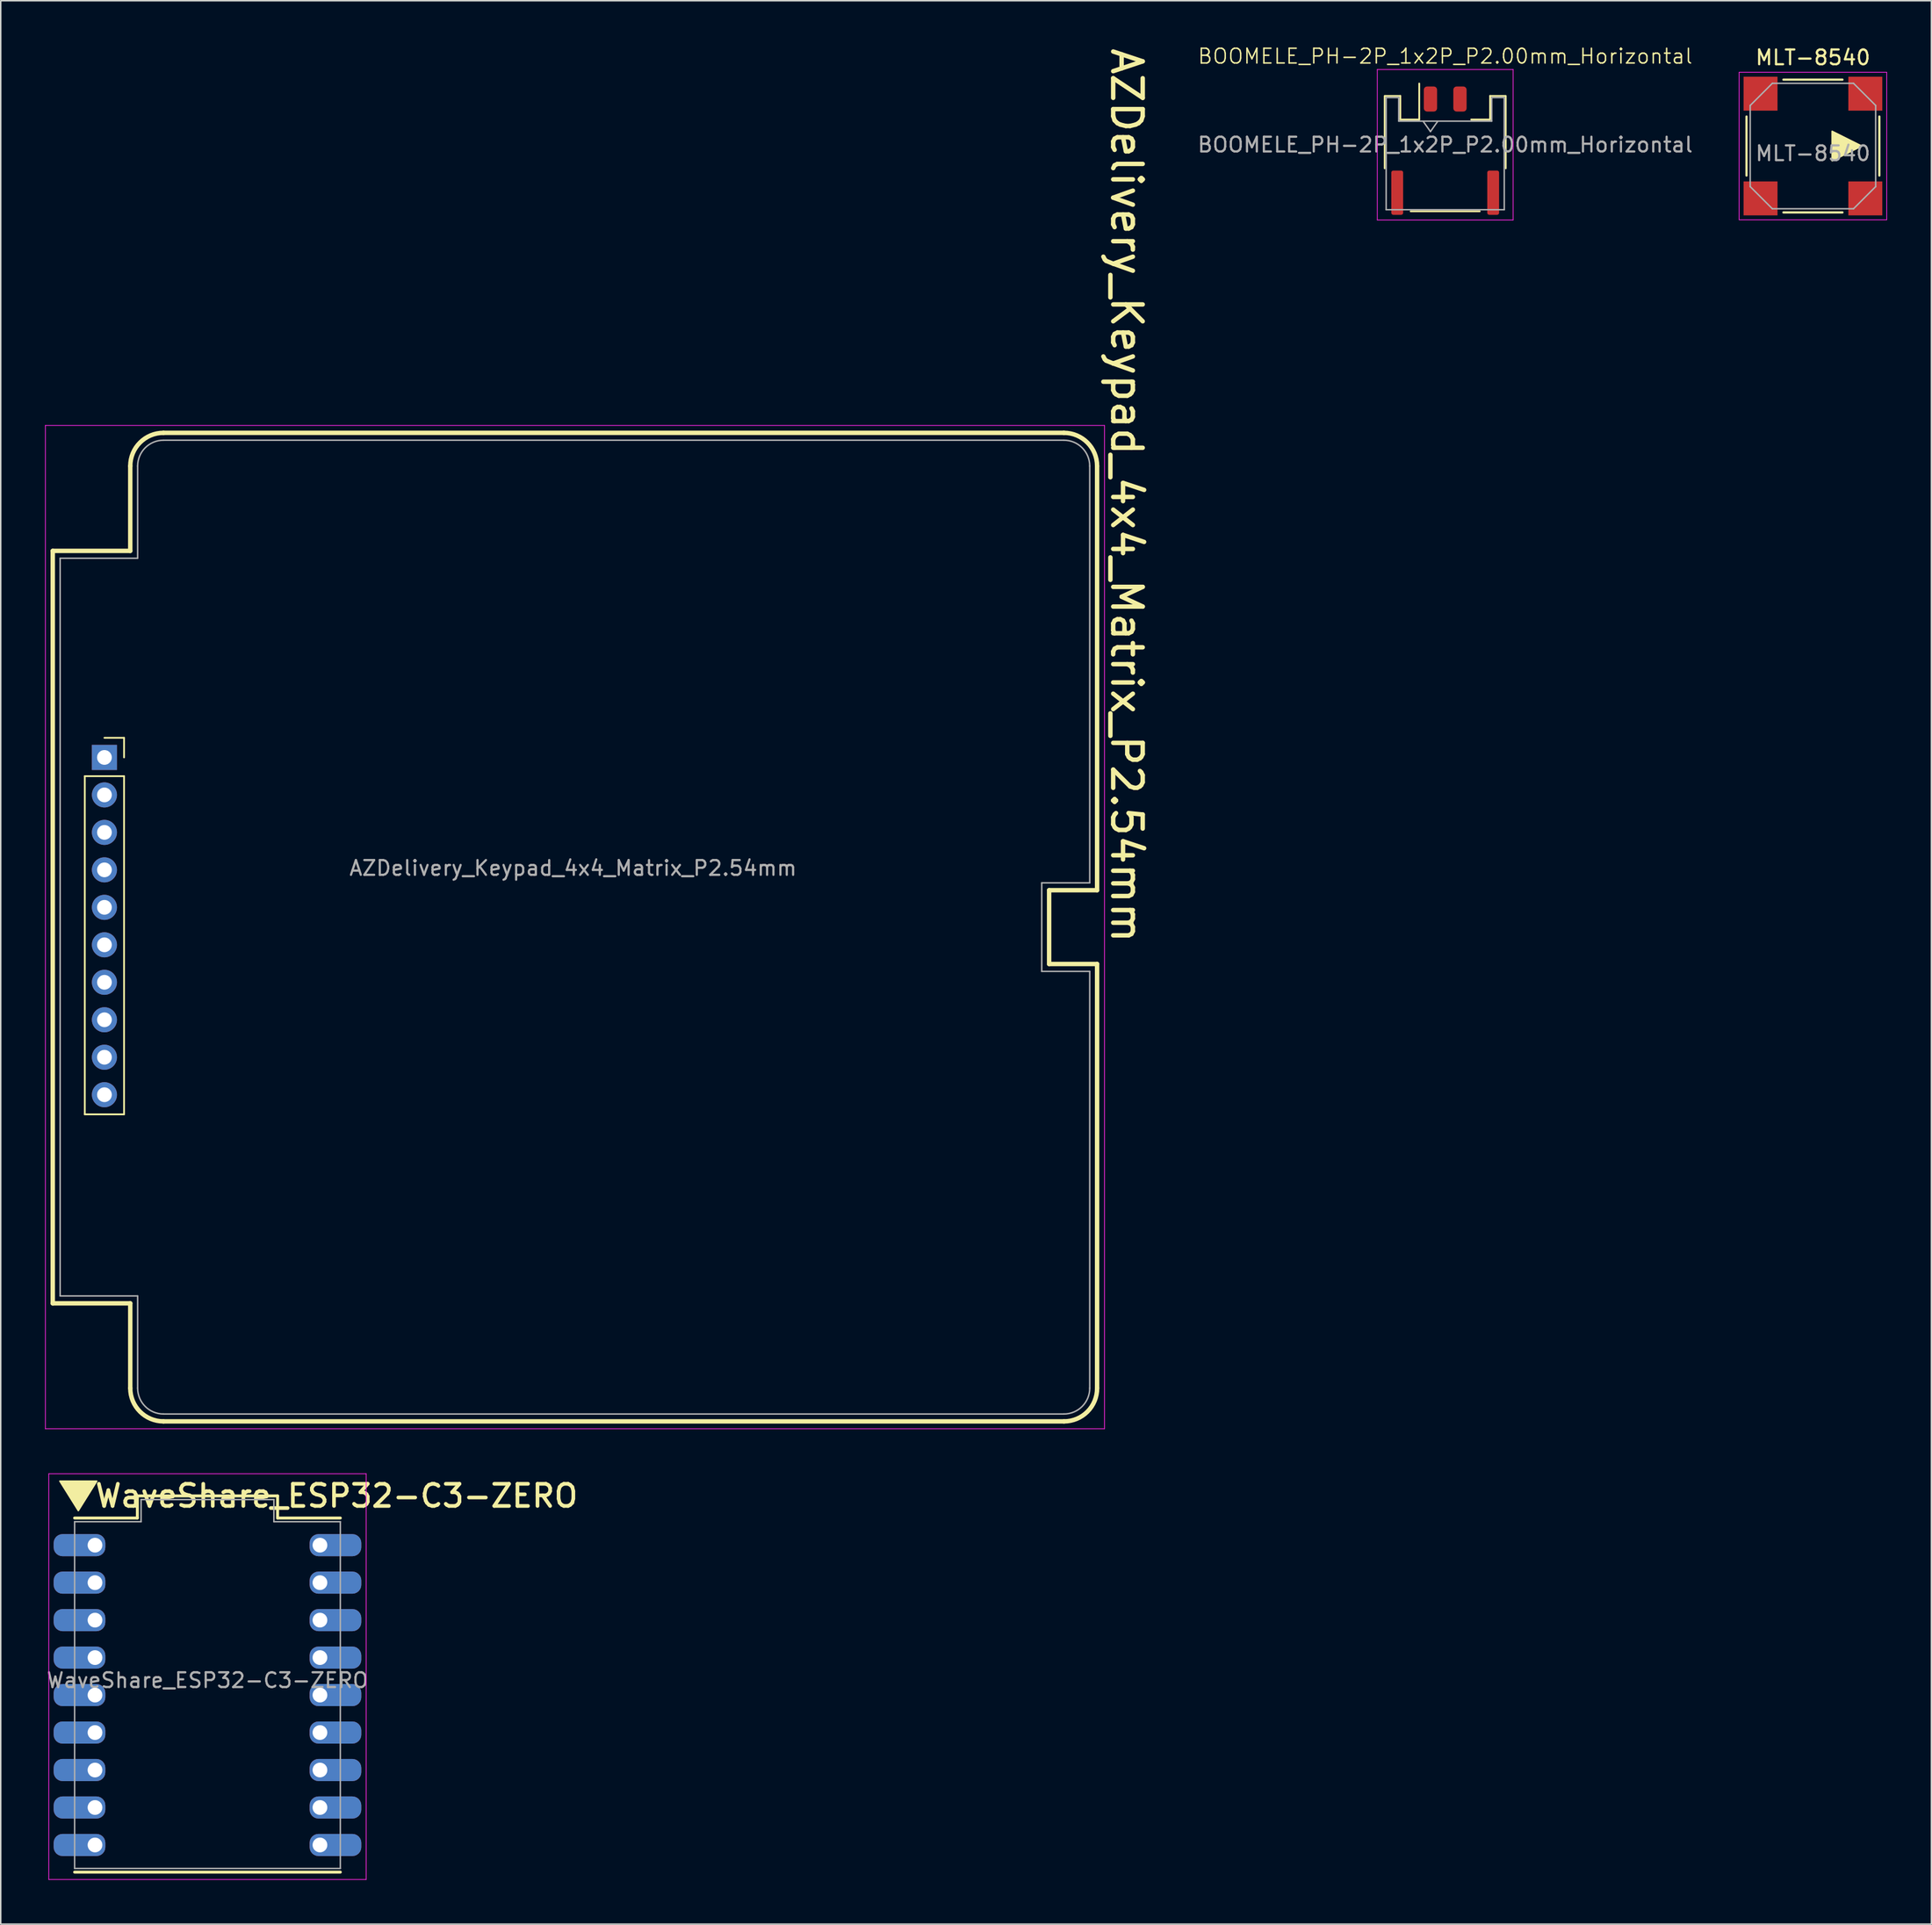
<source format=kicad_pcb>
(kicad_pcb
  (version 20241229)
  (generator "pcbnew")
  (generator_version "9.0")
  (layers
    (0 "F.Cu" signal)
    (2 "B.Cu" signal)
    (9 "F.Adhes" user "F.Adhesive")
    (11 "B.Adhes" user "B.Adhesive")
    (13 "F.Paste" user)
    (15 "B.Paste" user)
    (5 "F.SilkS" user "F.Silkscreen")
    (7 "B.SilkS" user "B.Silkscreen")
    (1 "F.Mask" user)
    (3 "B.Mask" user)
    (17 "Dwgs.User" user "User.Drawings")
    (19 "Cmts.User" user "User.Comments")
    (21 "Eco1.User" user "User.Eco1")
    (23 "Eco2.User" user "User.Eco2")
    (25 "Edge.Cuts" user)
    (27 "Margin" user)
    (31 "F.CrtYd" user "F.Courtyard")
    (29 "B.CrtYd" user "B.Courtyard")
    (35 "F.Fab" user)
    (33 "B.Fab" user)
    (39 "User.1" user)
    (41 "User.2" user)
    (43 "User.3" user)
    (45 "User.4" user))
  (footprint "BOOMELE_PH-2P_1x2P_P2.00mm_Horizontal"
    (layer "F.Cu")
    (at 94.858 6.761)
    (property "Reference" "BOOMELE_PH-2P_1x2P_P2.00mm_Horizontal" (at 0 -6 0) (unlocked yes) (layer "F.SilkS") (effects (font (size 1 1) (thickness 0.1))))
    (attr smd)
    (fp_line (start -4.1 1.6) (end -4.1 -3.31) (stroke (width 0.12) (type solid)) (layer "F.SilkS"))
    (fp_line (start -4.06 -3.31) (end -3.04 -3.31) (stroke (width 0.12) (type solid)) (layer "F.SilkS"))
    (fp_line (start -3.04 -3.31) (end -3.04 -1.71) (stroke (width 0.12) (type solid)) (layer "F.SilkS"))
    (fp_line (start -3.04 -1.71) (end -1.76 -1.71) (stroke (width 0.12) (type solid)) (layer "F.SilkS"))
    (fp_line (start -2.34 4.51) (end 2.34 4.51) (stroke (width 0.12) (type solid)) (layer "F.SilkS"))
    (fp_line (start -1.76 -1.71) (end -1.76 -4.15) (stroke (width 0.12) (type solid)) (layer "F.SilkS"))
    (fp_line (start 3.04 -3.31) (end 3.04 -1.71) (stroke (width 0.12) (type solid)) (layer "F.SilkS"))
    (fp_line (start 3.04 -1.71) (end 1.76 -1.71) (stroke (width 0.12) (type solid)) (layer "F.SilkS"))
    (fp_line (start 4.06 -3.31) (end 3.04 -3.31) (stroke (width 0.12) (type solid)) (layer "F.SilkS"))
    (fp_line (start 4.1 1.6) (end 4.1 -3.31) (stroke (width 0.12) (type solid)) (layer "F.SilkS"))
    (fp_line (start -4.6 -5.1) (end -4.6 5.1) (stroke (width 0.05) (type solid)) (layer "F.CrtYd"))
    (fp_line (start -4.6 5.1) (end 4.6 5.1) (stroke (width 0.05) (type solid)) (layer "F.CrtYd"))
    (fp_line (start 4.6 -5.1) (end -4.6 -5.1) (stroke (width 0.05) (type solid)) (layer "F.CrtYd"))
    (fp_line (start 4.6 5.1) (end 4.6 -5.1) (stroke (width 0.05) (type solid)) (layer "F.CrtYd"))
    (fp_line (start -4 -3.2) (end -4 4.4) (stroke (width 0.1) (type solid)) (layer "F.Fab"))
    (fp_line (start -4 -3.2) (end -3.15 -3.2) (stroke (width 0.1) (type solid)) (layer "F.Fab"))
    (fp_line (start -4 4.4) (end 4 4.4) (stroke (width 0.1) (type solid)) (layer "F.Fab"))
    (fp_line (start -3.15 -3.2) (end -3.15 -1.6) (stroke (width 0.1) (type solid)) (layer "F.Fab"))
    (fp_line (start -3.15 -1.6) (end 3.15 -1.6) (stroke (width 0.1) (type solid)) (layer "F.Fab"))
    (fp_line (start -1.5 -1.6) (end -1 -0.893) (stroke (width 0.1) (type solid)) (layer "F.Fab"))
    (fp_line (start -1 -0.893) (end -0.5 -1.6) (stroke (width 0.1) (type solid)) (layer "F.Fab"))
    (fp_line (start 3.15 -3.2) (end 4 -3.2) (stroke (width 0.1) (type solid)) (layer "F.Fab"))
    (fp_line (start 3.15 -1.6) (end 3.15 -3.2) (stroke (width 0.1) (type solid)) (layer "F.Fab"))
    (fp_line (start 4 -3.2) (end 4 4.4) (stroke (width 0.1) (type solid)) (layer "F.Fab"))
    (fp_text user "${REFERENCE}" (at 0 0 0) (unlocked yes) (layer "F.Fab") (effects (font (size 1 1) (thickness 0.15))))
    (pad "1" smd roundrect (at -1 -3.1) (size 0.9 1.7) (layers "F.Cu" "F.Mask" "F.Paste") (roundrect_rratio 0.25))
    (pad "2" smd roundrect (at 1 -3.1) (size 0.9 1.7) (layers "F.Cu" "F.Mask" "F.Paste") (roundrect_rratio 0.25))
    (pad "MP" smd roundrect (at -3.25 3.25) (size 0.8 3) (layers "F.Cu" "F.Mask" "F.Paste") (roundrect_rratio 0.167))
    (pad "MP" smd roundrect (at 3.25 3.25) (size 0.8 3) (layers "F.Cu" "F.Mask" "F.Paste") (roundrect_rratio 0.167)))
  (footprint "MLT-8540"
    (layer "F.Cu")
    (at 119.77 6.848)
    (property "Reference" "MLT-8540" (at 0 -6 0) (unlocked yes) (layer "F.SilkS") (effects (font (size 1 1) (thickness 0.15))))
    (attr smd)
    (fp_line (start -4.5 2) (end -4.5 -2) (stroke (width 0.15) (type default)) (layer "F.SilkS"))
    (fp_line (start -2 -4.5) (end 2 -4.5) (stroke (width 0.15) (type default)) (layer "F.SilkS"))
    (fp_line (start 2 4.5) (end -2 4.5) (stroke (width 0.15) (type default)) (layer "F.SilkS"))
    (fp_line (start 4.5 -2) (end 4.5 2) (stroke (width 0.15) (type default)) (layer "F.SilkS"))
    (fp_poly (pts (xy 1.3 -1) (xy 1.3 1) (xy 3.3 0)) (stroke (width 0.1) (type solid)) (fill yes) (layer "F.SilkS"))
    (fp_line (start -5 -5) (end 5 -5) (stroke (width 0.05) (type default)) (layer "F.CrtYd"))
    (fp_line (start -5 5) (end -5 -5) (stroke (width 0.05) (type default)) (layer "F.CrtYd"))
    (fp_line (start 5 -5) (end 5 5) (stroke (width 0.05) (type default)) (layer "F.CrtYd"))
    (fp_line (start 5 5) (end -5 5) (stroke (width 0.05) (type default)) (layer "F.CrtYd"))
    (fp_line (start -4.25 2.75) (end -4.25 -2.75) (stroke (width 0.1) (type default)) (layer "F.Fab"))
    (fp_line (start -4.25 2.75) (end -2.75 4.25) (stroke (width 0.1) (type default)) (layer "F.Fab"))
    (fp_line (start -2.75 -4.25) (end -4.25 -2.75) (stroke (width 0.1) (type default)) (layer "F.Fab"))
    (fp_line (start -2.75 -4.25) (end 2.75 -4.25) (stroke (width 0.1) (type default)) (layer "F.Fab"))
    (fp_line (start 2.75 4.25) (end -2.75 4.25) (stroke (width 0.1) (type default)) (layer "F.Fab"))
    (fp_line (start 2.75 4.25) (end 4.25 2.75) (stroke (width 0.1) (type default)) (layer "F.Fab"))
    (fp_line (start 4.25 -2.75) (end 2.75 -4.25) (stroke (width 0.1) (type default)) (layer "F.Fab"))
    (fp_line (start 4.25 -2.75) (end 4.25 2.75) (stroke (width 0.1) (type default)) (layer "F.Fab"))
    (fp_text user "${REFERENCE}" (at 0 0.5 0) (unlocked yes) (layer "F.Fab") (effects (font (size 1 1) (thickness 0.15))))
    (pad "1" smd rect (at -3.55 -3.55) (size 2.3 2.3) (layers "F.Cu" "F.Mask" "F.Paste"))
    (pad "2" smd rect (at -3.55 3.55) (size 2.3 2.3) (layers "F.Cu" "F.Mask" "F.Paste"))
    (pad "3" smd rect (at 3.55 3.55) (size 2.3 2.3) (layers "F.Cu" "F.Mask" "F.Paste"))
    (pad "4" smd rect (at 3.55 -3.55 90) (size 2.3 2.3) (layers "F.Cu" "F.Mask" "F.Paste")))
  (footprint "AZDelivery_Keypad_4x4_Matrix_P2.54mm"
    (layer "F.Cu")
    (at 4.025 48.286)
    (property "Reference" "AZDelivery_Keypad_4x4_Matrix_P2.54mm" (at 69.25 -17.75 270) (unlocked yes) (layer "F.SilkS") (effects (font (size 2 2) (thickness 0.3))))
    (attr through_hole)
    (fp_line (start -3.5 -14) (end -3.5 37) (stroke (width 0.3) (type default)) (layer "F.SilkS"))
    (fp_line (start -1.33 1.27) (end -1.33 24.19) (stroke (width 0.12) (type solid)) (layer "F.SilkS"))
    (fp_line (start -1.33 1.27) (end 1.33 1.27) (stroke (width 0.12) (type solid)) (layer "F.SilkS"))
    (fp_line (start -1.33 24.19) (end 1.33 24.19) (stroke (width 0.12) (type solid)) (layer "F.SilkS"))
    (fp_line (start 0 -1.33) (end 1.33 -1.33) (stroke (width 0.12) (type solid)) (layer "F.SilkS"))
    (fp_line (start 1.33 -1.33) (end 1.33 0) (stroke (width 0.12) (type solid)) (layer "F.SilkS"))
    (fp_line (start 1.33 1.27) (end 1.33 24.19) (stroke (width 0.12) (type solid)) (layer "F.SilkS"))
    (fp_line (start 1.75 -19.75) (end 1.75 -14) (stroke (width 0.3) (type default)) (layer "F.SilkS"))
    (fp_line (start 1.75 -14) (end -3.5 -14) (stroke (width 0.3) (type default)) (layer "F.SilkS"))
    (fp_line (start 1.75 37) (end -3.5 37) (stroke (width 0.3) (type default)) (layer "F.SilkS"))
    (fp_line (start 1.75 37) (end 1.75 42.75) (stroke (width 0.3) (type default)) (layer "F.SilkS"))
    (fp_line (start 4 45) (end 65.009 45) (stroke (width 0.3) (type default)) (layer "F.SilkS"))
    (fp_line (start 64 9) (end 64 14) (stroke (width 0.3) (type default)) (layer "F.SilkS"))
    (fp_line (start 65 -22) (end 4 -22) (stroke (width 0.3) (type default)) (layer "F.SilkS"))
    (fp_line (start 67.25 9) (end 64 9) (stroke (width 0.3) (type default)) (layer "F.SilkS"))
    (fp_line (start 67.25 9) (end 67.25 -19.75) (stroke (width 0.3) (type default)) (layer "F.SilkS"))
    (fp_line (start 67.25 14) (end 64 14) (stroke (width 0.3) (type default)) (layer "F.SilkS"))
    (fp_line (start 67.25 42.75) (end 67.25 14) (stroke (width 0.3) (type default)) (layer "F.SilkS"))
    (fp_arc (start 1.75 -19.75) (mid 2.40901 -21.34099) (end 4 -22) (stroke (width 0.3) (type default)) (layer "F.SilkS"))
    (fp_arc (start 4 45) (mid 2.40901 44.34099) (end 1.75 42.75) (stroke (width 0.3) (type default)) (layer "F.SilkS"))
    (fp_arc (start 65 -22) (mid 66.59099 -21.34099) (end 67.25 -19.75) (stroke (width 0.3) (type default)) (layer "F.SilkS"))
    (fp_arc (start 67.25 42.75) (mid 66.596824 44.340453) (end 65.00901 45.000018) (stroke (width 0.3) (type default)) (layer "F.SilkS"))
    (fp_line (start -4 -22.5) (end 67.75 -22.5) (stroke (width 0.05) (type solid)) (layer "F.CrtYd"))
    (fp_line (start -4 45.5) (end -4 -22.5) (stroke (width 0.05) (type solid)) (layer "F.CrtYd"))
    (fp_line (start 67.75 -22.5) (end 67.75 45.5) (stroke (width 0.05) (type solid)) (layer "F.CrtYd"))
    (fp_line (start 67.75 45.5) (end -4 45.5) (stroke (width 0.05) (type solid)) (layer "F.CrtYd"))
    (fp_line (start -3 -13.5) (end -3 36.5) (stroke (width 0.1) (type default)) (layer "F.Fab"))
    (fp_line (start 2.25 -13.5) (end -3 -13.5) (stroke (width 0.1) (type default)) (layer "F.Fab"))
    (fp_line (start 2.25 36.5) (end -3 36.5) (stroke (width 0.1) (type default)) (layer "F.Fab"))
    (fp_line (start 2.25 36.5) (end 2.25 42.75) (stroke (width 0.1) (type default)) (layer "F.Fab"))
    (fp_line (start 2.25 -19.75) (end 2.25 -13.5) (stroke (width 0.1) (type default)) (layer "F.Fab"))
    (fp_line (start 3.991 44.5) (end 65 44.5) (stroke (width 0.1) (type default)) (layer "F.Fab"))
    (fp_line (start 63.5 8.5) (end 63.5 14.5) (stroke (width 0.1) (type default)) (layer "F.Fab"))
    (fp_line (start 65 -21.5) (end 4 -21.5) (stroke (width 0.1) (type default)) (layer "F.Fab"))
    (fp_line (start 66.75 8.5) (end 63.5 8.5) (stroke (width 0.1) (type default)) (layer "F.Fab"))
    (fp_line (start 66.75 8.5) (end 66.75 -19.75) (stroke (width 0.1) (type default)) (layer "F.Fab"))
    (fp_line (start 66.75 14.5) (end 63.5 14.5) (stroke (width 0.1) (type default)) (layer "F.Fab"))
    (fp_line (start 66.75 42.75) (end 66.75 14.5) (stroke (width 0.1) (type default)) (layer "F.Fab"))
    (fp_arc (start 2.25 -19.75) (mid 2.762563 -20.987437) (end 4 -21.5) (stroke (width 0.1) (type default)) (layer "F.Fab"))
    (fp_arc (start 3.99099 44.499982) (mid 2.759378 43.984251) (end 2.249995 42.75) (stroke (width 0.1) (type default)) (layer "F.Fab"))
    (fp_arc (start 65 -21.5) (mid 66.237437 -20.987437) (end 66.75 -19.75) (stroke (width 0.1) (type default)) (layer "F.Fab"))
    (fp_arc (start 66.75 42.75) (mid 66.237437 43.987437) (end 65 44.5) (stroke (width 0.1) (type default)) (layer "F.Fab"))
    (fp_text user "${REFERENCE}" (at 31.75 7.5 180) (layer "F.Fab") (effects (font (size 1 1) (thickness 0.15))))
    (pad "1" thru_hole rect (at 0 0) (size 1.7 1.7) (drill 1) (layers "*.Cu" "*.Mask"))
    (pad "2" thru_hole oval (at 0 2.54) (size 1.7 1.7) (drill 1) (layers "*.Cu" "*.Mask"))
    (pad "3" thru_hole oval (at 0 5.08) (size 1.7 1.7) (drill 1) (layers "*.Cu" "*.Mask"))
    (pad "4" thru_hole oval (at 0 7.62) (size 1.7 1.7) (drill 1) (layers "*.Cu" "*.Mask"))
    (pad "5" thru_hole oval (at 0 10.16) (size 1.7 1.7) (drill 1) (layers "*.Cu" "*.Mask"))
    (pad "6" thru_hole oval (at 0 12.7) (size 1.7 1.7) (drill 1) (layers "*.Cu" "*.Mask"))
    (pad "7" thru_hole oval (at 0 15.24) (size 1.7 1.7) (drill 1) (layers "*.Cu" "*.Mask"))
    (pad "8" thru_hole oval (at 0 17.78) (size 1.7 1.7) (drill 1) (layers "*.Cu" "*.Mask"))
    (pad "9" thru_hole oval (at 0 20.32) (size 1.7 1.7) (drill 1) (layers "*.Cu" "*.Mask"))
    (pad "10" thru_hole oval (at 0 22.86) (size 1.7 1.7) (drill 1) (layers "*.Cu" "*.Mask")))
  (footprint "WaveShare_ESP32-C3-ZERO"
    (layer "F.Cu")
    (at 11.006 111.836)
    (property "Reference" "WaveShare_ESP32-C3-ZERO" (at 8.75 -13.5 0) (unlocked yes) (layer "F.SilkS") (effects (font (size 1.5 1.5) (thickness 0.25) (bold yes))))
    (attr smd)
    (fp_line (start -9 -12) (end -4.75 -12) (stroke (width 0.2) (type default)) (layer "F.SilkS"))
    (fp_line (start -9 12) (end 9 12) (stroke (width 0.2) (type default)) (layer "F.SilkS"))
    (fp_line (start -4.75 -13.5) (end 4.75 -13.5) (stroke (width 0.2) (type default)) (layer "F.SilkS"))
    (fp_line (start -4.75 -12) (end -4.75 -13.5) (stroke (width 0.2) (type default)) (layer "F.SilkS"))
    (fp_line (start 4.75 -13.5) (end 4.75 -12) (stroke (width 0.2) (type default)) (layer "F.SilkS"))
    (fp_line (start 4.75 -12) (end 9 -12) (stroke (width 0.2) (type default)) (layer "F.SilkS"))
    (fp_poly (pts (xy -10 -14.5) (xy -7.5 -14.5) (xy -8.75 -12.5)) (stroke (width 0.1) (type solid)) (fill yes) (layer "F.SilkS"))
    (fp_line (start -10.75 -15) (end -10.75 12.5) (stroke (width 0.05) (type default)) (layer "F.CrtYd"))
    (fp_line (start -10.75 12.5) (end 10.75 12.5) (stroke (width 0.05) (type default)) (layer "F.CrtYd"))
    (fp_line (start 10.75 -15) (end -10.75 -15) (stroke (width 0.05) (type default)) (layer "F.CrtYd"))
    (fp_line (start 10.75 12.5) (end 10.75 -15) (stroke (width 0.05) (type default)) (layer "F.CrtYd"))
    (fp_line (start -9 -11.75) (end -4.5 -11.75) (stroke (width 0.1) (type default)) (layer "F.Fab"))
    (fp_line (start -9 11.75) (end -9 -11.75) (stroke (width 0.1) (type default)) (layer "F.Fab"))
    (fp_line (start -4.5 -13.25) (end 4.5 -13.25) (stroke (width 0.1) (type default)) (layer "F.Fab"))
    (fp_line (start -4.5 -11.75) (end -4.5 -13.25) (stroke (width 0.1) (type default)) (layer "F.Fab"))
    (fp_line (start 4.5 -13.25) (end 4.5 -11.75) (stroke (width 0.1) (type default)) (layer "F.Fab"))
    (fp_line (start 9 -11.75) (end 4.5 -11.75) (stroke (width 0.1) (type default)) (layer "F.Fab"))
    (fp_line (start 9 -11.75) (end 9 11.75) (stroke (width 0.1) (type default)) (layer "F.Fab"))
    (fp_line (start 9 11.75) (end -9 11.75) (stroke (width 0.1) (type default)) (layer "F.Fab"))
    (fp_text user "${REFERENCE}" (at 0 -1 0) (unlocked yes) (layer "F.Fab") (effects (font (size 1 1) (thickness 0.15))))
    (pad "1" thru_hole roundrect (at -7.62 -10.16) (size 3.5 1.5) (drill 1 (offset -1.05 0)) (layers "*.Cu" "*.Mask") (roundrect_rratio 0.4))
    (pad "2" thru_hole roundrect (at -7.62 -7.62) (size 3.5 1.5) (drill 1 (offset -1.05 0)) (layers "*.Cu" "*.Mask") (roundrect_rratio 0.4))
    (pad "3" thru_hole roundrect (at -7.62 -5.08) (size 3.5 1.5) (drill 1 (offset -1.05 0)) (layers "*.Cu" "*.Mask") (roundrect_rratio 0.4))
    (pad "4" thru_hole roundrect (at -7.62 -2.54) (size 3.5 1.5) (drill 1 (offset -1.05 0)) (layers "*.Cu" "*.Mask") (roundrect_rratio 0.4))
    (pad "5" thru_hole roundrect (at -7.62 0) (size 3.5 1.5) (drill 1 (offset -1.05 0)) (layers "*.Cu" "*.Mask") (roundrect_rratio 0.4))
    (pad "6" thru_hole roundrect (at -7.62 2.54) (size 3.5 1.5) (drill 1 (offset -1.05 0)) (layers "*.Cu" "*.Mask") (roundrect_rratio 0.4))
    (pad "7" thru_hole roundrect (at -7.62 5.08) (size 3.5 1.5) (drill 1 (offset -1.05 0)) (layers "*.Cu" "*.Mask") (roundrect_rratio 0.4))
    (pad "8" thru_hole roundrect (at -7.62 7.62) (size 3.5 1.5) (drill 1 (offset -1.05 0)) (layers "*.Cu" "*.Mask") (roundrect_rratio 0.4))
    (pad "9" thru_hole roundrect (at -7.62 10.16) (size 3.5 1.5) (drill 1 (offset -1.05 0)) (layers "*.Cu" "*.Mask") (roundrect_rratio 0.4))
    (pad "10" thru_hole roundrect (at 7.62 10.16 180) (size 3.5 1.5) (drill 1 (offset -1.05 0)) (layers "*.Cu" "*.Mask") (roundrect_rratio 0.4))
    (pad "11" thru_hole roundrect (at 7.62 7.62 180) (size 3.5 1.5) (drill 1 (offset -1.05 0)) (layers "*.Cu" "*.Mask") (roundrect_rratio 0.4))
    (pad "12" thru_hole roundrect (at 7.62 5.08 180) (size 3.5 1.5) (drill 1 (offset -1.05 0)) (layers "*.Cu" "*.Mask") (roundrect_rratio 0.4))
    (pad "13" thru_hole roundrect (at 7.62 2.54 180) (size 3.5 1.5) (drill 1 (offset -1.05 0)) (layers "*.Cu" "*.Mask") (roundrect_rratio 0.4))
    (pad "14" thru_hole roundrect (at 7.62 0 180) (size 3.5 1.5) (drill 1 (offset -1.05 0)) (layers "*.Cu" "*.Mask") (roundrect_rratio 0.4))
    (pad "15" thru_hole roundrect (at 7.62 -2.54 180) (size 3.5 1.5) (drill 1 (offset -1.05 0)) (layers "*.Cu" "*.Mask") (roundrect_rratio 0.4))
    (pad "16" thru_hole roundrect (at 7.62 -5.08 180) (size 3.5 1.5) (drill 1 (offset -1.05 0)) (layers "*.Cu" "*.Mask") (roundrect_rratio 0.4))
    (pad "17" thru_hole roundrect (at 7.62 -7.62 180) (size 3.5 1.5) (drill 1 (offset -1.05 0)) (layers "*.Cu" "*.Mask") (roundrect_rratio 0.4))
    (pad "18" thru_hole roundrect (at 7.62 -10.16 180) (size 3.5 1.5) (drill 1 (offset -1.05 0)) (layers "*.Cu" "*.Mask") (roundrect_rratio 0.4)))
  (gr_rect
    (start -3 -3)
    (end 127.795 127.361)
    (stroke (width 0.1) (type default))
    (fill no)
    (layer "Edge.Cuts")))
</source>
